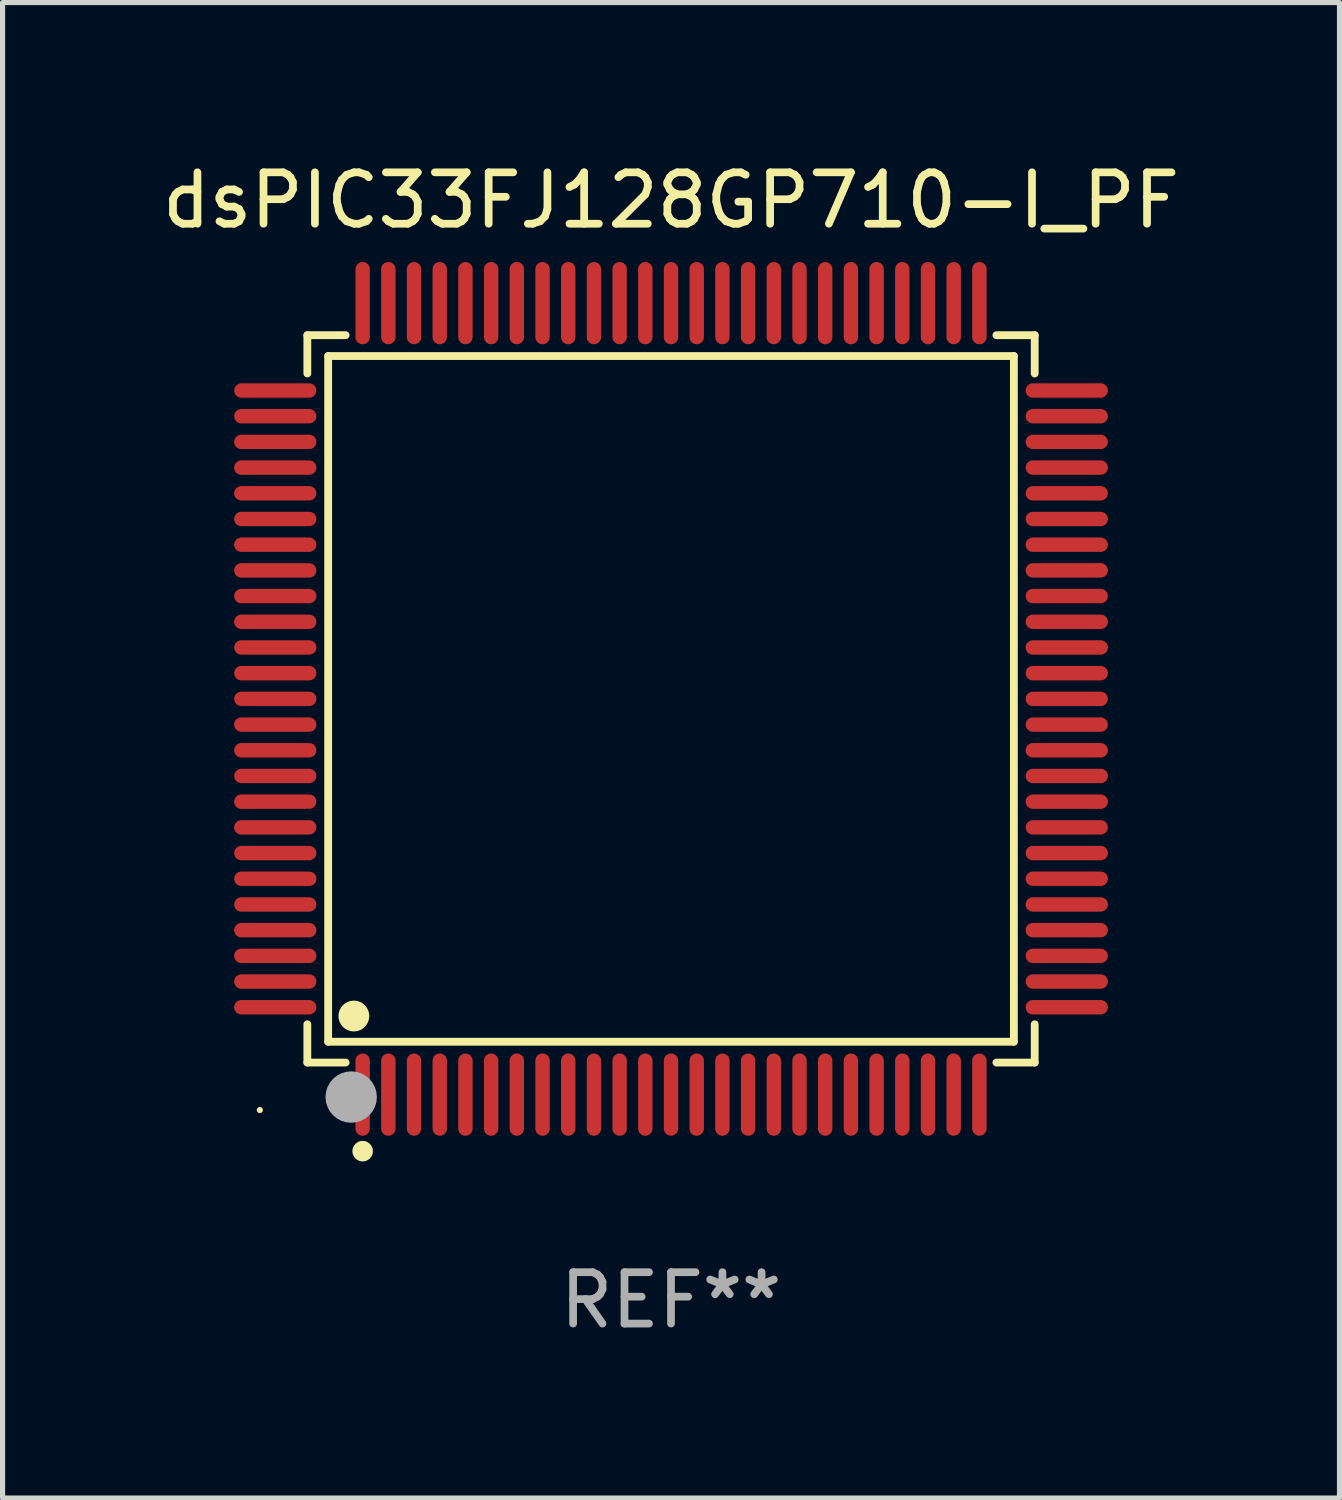
<source format=kicad_pcb>
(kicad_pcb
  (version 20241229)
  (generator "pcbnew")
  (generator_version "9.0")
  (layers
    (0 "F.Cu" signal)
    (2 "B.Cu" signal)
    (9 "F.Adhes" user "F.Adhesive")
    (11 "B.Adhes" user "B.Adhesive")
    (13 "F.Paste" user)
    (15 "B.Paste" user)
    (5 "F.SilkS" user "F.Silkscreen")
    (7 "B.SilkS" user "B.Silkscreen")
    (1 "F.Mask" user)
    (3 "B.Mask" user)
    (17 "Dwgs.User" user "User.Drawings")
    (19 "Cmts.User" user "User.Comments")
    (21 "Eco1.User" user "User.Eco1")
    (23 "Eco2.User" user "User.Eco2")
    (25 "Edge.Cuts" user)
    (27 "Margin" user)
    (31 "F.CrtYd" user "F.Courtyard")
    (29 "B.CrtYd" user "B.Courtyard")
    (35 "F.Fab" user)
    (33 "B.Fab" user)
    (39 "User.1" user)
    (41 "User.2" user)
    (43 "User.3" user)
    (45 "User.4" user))
  (footprint "dsPIC33FJ128GP710-I_PF"
    (layer "F.Cu")
    (at 10.006 10.548)
    (property "Reference" "dsPIC33FJ128GP710-I_PF" (at 0 -9.7 0) (layer "F.SilkS") (effects (font (size 1 1) (thickness 0.15))))
    (attr through_hole)
    (fp_line (start -7.076 -7.076) (end -6.331 -7.076) (stroke (width 0.152) (type solid)) (layer "F.SilkS"))
    (fp_line (start -7.076 -6.331) (end -7.076 -7.076) (stroke (width 0.152) (type solid)) (layer "F.SilkS"))
    (fp_line (start -7.076 6.331) (end -7.076 7.076) (stroke (width 0.152) (type solid)) (layer "F.SilkS"))
    (fp_line (start -7.076 7.076) (end -6.331 7.076) (stroke (width 0.152) (type solid)) (layer "F.SilkS"))
    (fp_line (start -6.671 -6.671) (end 6.671 -6.671) (stroke (width 0.152) (type solid)) (layer "F.SilkS"))
    (fp_line (start -6.671 6.671) (end -6.671 -6.671) (stroke (width 0.152) (type solid)) (layer "F.SilkS"))
    (fp_line (start 6.671 -6.671) (end 6.671 6.671) (stroke (width 0.152) (type solid)) (layer "F.SilkS"))
    (fp_line (start 6.671 6.671) (end -6.671 6.671) (stroke (width 0.152) (type solid)) (layer "F.SilkS"))
    (fp_line (start 7.076 -7.076) (end 6.331 -7.076) (stroke (width 0.152) (type solid)) (layer "F.SilkS"))
    (fp_line (start 7.076 -6.331) (end 7.076 -7.076) (stroke (width 0.152) (type solid)) (layer "F.SilkS"))
    (fp_line (start 7.076 6.331) (end 7.076 7.076) (stroke (width 0.152) (type solid)) (layer "F.SilkS"))
    (fp_line (start 7.076 7.076) (end 6.331 7.076) (stroke (width 0.152) (type solid)) (layer "F.SilkS"))
    (fp_circle (center -8 8) (end -7.97 8) (stroke (width 0.06) (type solid)) (fill no) (layer "F.SilkS"))
    (fp_circle (center -6.171 6.171) (end -6.021 6.171) (stroke (width 0.3) (type solid)) (fill no) (layer "F.SilkS"))
    (fp_circle (center -6 8.8) (end -5.9 8.8) (stroke (width 0.2) (type solid)) (fill no) (layer "F.SilkS"))
    (fp_circle (center -6.223 7.747) (end -5.973 7.747) (stroke (width 0.5) (type solid)) (fill no) (layer "F.Fab"))
    (fp_text user "REF**" (at 0 11.7 0) (layer "F.Fab") (effects (font (size 1 1) (thickness 0.15))))
    (pad "1" smd oval (at -6 7.7) (size 0.28 1.6) (layers "F.Cu" "F.Mask" "F.Paste"))
    (pad "2" smd oval (at -5.5 7.7) (size 0.28 1.6) (layers "F.Cu" "F.Mask" "F.Paste"))
    (pad "3" smd oval (at -5 7.7) (size 0.28 1.6) (layers "F.Cu" "F.Mask" "F.Paste"))
    (pad "4" smd oval (at -4.5 7.7) (size 0.28 1.6) (layers "F.Cu" "F.Mask" "F.Paste"))
    (pad "5" smd oval (at -4 7.7) (size 0.28 1.6) (layers "F.Cu" "F.Mask" "F.Paste"))
    (pad "6" smd oval (at -3.5 7.7) (size 0.28 1.6) (layers "F.Cu" "F.Mask" "F.Paste"))
    (pad "7" smd oval (at -3 7.7) (size 0.28 1.6) (layers "F.Cu" "F.Mask" "F.Paste"))
    (pad "8" smd oval (at -2.5 7.7) (size 0.28 1.6) (layers "F.Cu" "F.Mask" "F.Paste"))
    (pad "9" smd oval (at -2 7.7) (size 0.28 1.6) (layers "F.Cu" "F.Mask" "F.Paste"))
    (pad "10" smd oval (at -1.5 7.7) (size 0.28 1.6) (layers "F.Cu" "F.Mask" "F.Paste"))
    (pad "11" smd oval (at -1 7.7) (size 0.28 1.6) (layers "F.Cu" "F.Mask" "F.Paste"))
    (pad "12" smd oval (at -0.5 7.7) (size 0.28 1.6) (layers "F.Cu" "F.Mask" "F.Paste"))
    (pad "13" smd oval (at 0 7.7) (size 0.28 1.6) (layers "F.Cu" "F.Mask" "F.Paste"))
    (pad "14" smd oval (at 0.5 7.7) (size 0.28 1.6) (layers "F.Cu" "F.Mask" "F.Paste"))
    (pad "15" smd oval (at 1 7.7) (size 0.28 1.6) (layers "F.Cu" "F.Mask" "F.Paste"))
    (pad "16" smd oval (at 1.5 7.7) (size 0.28 1.6) (layers "F.Cu" "F.Mask" "F.Paste"))
    (pad "17" smd oval (at 2 7.7) (size 0.28 1.6) (layers "F.Cu" "F.Mask" "F.Paste"))
    (pad "18" smd oval (at 2.5 7.7) (size 0.28 1.6) (layers "F.Cu" "F.Mask" "F.Paste"))
    (pad "19" smd oval (at 3 7.7) (size 0.28 1.6) (layers "F.Cu" "F.Mask" "F.Paste"))
    (pad "20" smd oval (at 3.5 7.7) (size 0.28 1.6) (layers "F.Cu" "F.Mask" "F.Paste"))
    (pad "21" smd oval (at 4 7.7) (size 0.28 1.6) (layers "F.Cu" "F.Mask" "F.Paste"))
    (pad "22" smd oval (at 4.5 7.7) (size 0.28 1.6) (layers "F.Cu" "F.Mask" "F.Paste"))
    (pad "23" smd oval (at 5 7.7) (size 0.28 1.6) (layers "F.Cu" "F.Mask" "F.Paste"))
    (pad "24" smd oval (at 5.5 7.7) (size 0.28 1.6) (layers "F.Cu" "F.Mask" "F.Paste"))
    (pad "25" smd oval (at 6 7.7) (size 0.28 1.6) (layers "F.Cu" "F.Mask" "F.Paste"))
    (pad "26" smd oval (at 7.7 6) (size 1.6 0.28) (layers "F.Cu" "F.Mask" "F.Paste"))
    (pad "27" smd oval (at 7.7 5.5) (size 1.6 0.28) (layers "F.Cu" "F.Mask" "F.Paste"))
    (pad "28" smd oval (at 7.7 5) (size 1.6 0.28) (layers "F.Cu" "F.Mask" "F.Paste"))
    (pad "29" smd oval (at 7.7 4.5) (size 1.6 0.28) (layers "F.Cu" "F.Mask" "F.Paste"))
    (pad "30" smd oval (at 7.7 4) (size 1.6 0.28) (layers "F.Cu" "F.Mask" "F.Paste"))
    (pad "31" smd oval (at 7.7 3.5) (size 1.6 0.28) (layers "F.Cu" "F.Mask" "F.Paste"))
    (pad "32" smd oval (at 7.7 3) (size 1.6 0.28) (layers "F.Cu" "F.Mask" "F.Paste"))
    (pad "33" smd oval (at 7.7 2.5) (size 1.6 0.28) (layers "F.Cu" "F.Mask" "F.Paste"))
    (pad "34" smd oval (at 7.7 2) (size 1.6 0.28) (layers "F.Cu" "F.Mask" "F.Paste"))
    (pad "35" smd oval (at 7.7 1.5) (size 1.6 0.28) (layers "F.Cu" "F.Mask" "F.Paste"))
    (pad "36" smd oval (at 7.7 1) (size 1.6 0.28) (layers "F.Cu" "F.Mask" "F.Paste"))
    (pad "37" smd oval (at 7.7 0.5) (size 1.6 0.28) (layers "F.Cu" "F.Mask" "F.Paste"))
    (pad "38" smd oval (at 7.7 0) (size 1.6 0.28) (layers "F.Cu" "F.Mask" "F.Paste"))
    (pad "39" smd oval (at 7.7 -0.5) (size 1.6 0.28) (layers "F.Cu" "F.Mask" "F.Paste"))
    (pad "40" smd oval (at 7.7 -1) (size 1.6 0.28) (layers "F.Cu" "F.Mask" "F.Paste"))
    (pad "41" smd oval (at 7.7 -1.5) (size 1.6 0.28) (layers "F.Cu" "F.Mask" "F.Paste"))
    (pad "42" smd oval (at 7.7 -2) (size 1.6 0.28) (layers "F.Cu" "F.Mask" "F.Paste"))
    (pad "43" smd oval (at 7.7 -2.5) (size 1.6 0.28) (layers "F.Cu" "F.Mask" "F.Paste"))
    (pad "44" smd oval (at 7.7 -3) (size 1.6 0.28) (layers "F.Cu" "F.Mask" "F.Paste"))
    (pad "45" smd oval (at 7.7 -3.5) (size 1.6 0.28) (layers "F.Cu" "F.Mask" "F.Paste"))
    (pad "46" smd oval (at 7.7 -4) (size 1.6 0.28) (layers "F.Cu" "F.Mask" "F.Paste"))
    (pad "47" smd oval (at 7.7 -4.5) (size 1.6 0.28) (layers "F.Cu" "F.Mask" "F.Paste"))
    (pad "48" smd oval (at 7.7 -5) (size 1.6 0.28) (layers "F.Cu" "F.Mask" "F.Paste"))
    (pad "49" smd oval (at 7.7 -5.5) (size 1.6 0.28) (layers "F.Cu" "F.Mask" "F.Paste"))
    (pad "50" smd oval (at 7.7 -6) (size 1.6 0.28) (layers "F.Cu" "F.Mask" "F.Paste"))
    (pad "51" smd oval (at 6 -7.7) (size 0.28 1.6) (layers "F.Cu" "F.Mask" "F.Paste"))
    (pad "52" smd oval (at 5.5 -7.7) (size 0.28 1.6) (layers "F.Cu" "F.Mask" "F.Paste"))
    (pad "53" smd oval (at 5 -7.7) (size 0.28 1.6) (layers "F.Cu" "F.Mask" "F.Paste"))
    (pad "54" smd oval (at 4.5 -7.7) (size 0.28 1.6) (layers "F.Cu" "F.Mask" "F.Paste"))
    (pad "55" smd oval (at 4 -7.7) (size 0.28 1.6) (layers "F.Cu" "F.Mask" "F.Paste"))
    (pad "56" smd oval (at 3.5 -7.7) (size 0.28 1.6) (layers "F.Cu" "F.Mask" "F.Paste"))
    (pad "57" smd oval (at 3 -7.7) (size 0.28 1.6) (layers "F.Cu" "F.Mask" "F.Paste"))
    (pad "58" smd oval (at 2.5 -7.7) (size 0.28 1.6) (layers "F.Cu" "F.Mask" "F.Paste"))
    (pad "59" smd oval (at 2 -7.7) (size 0.28 1.6) (layers "F.Cu" "F.Mask" "F.Paste"))
    (pad "60" smd oval (at 1.5 -7.7) (size 0.28 1.6) (layers "F.Cu" "F.Mask" "F.Paste"))
    (pad "61" smd oval (at 1 -7.7) (size 0.28 1.6) (layers "F.Cu" "F.Mask" "F.Paste"))
    (pad "62" smd oval (at 0.5 -7.7) (size 0.28 1.6) (layers "F.Cu" "F.Mask" "F.Paste"))
    (pad "63" smd oval (at 0 -7.7) (size 0.28 1.6) (layers "F.Cu" "F.Mask" "F.Paste"))
    (pad "64" smd oval (at -0.5 -7.7) (size 0.28 1.6) (layers "F.Cu" "F.Mask" "F.Paste"))
    (pad "65" smd oval (at -1 -7.7) (size 0.28 1.6) (layers "F.Cu" "F.Mask" "F.Paste"))
    (pad "66" smd oval (at -1.5 -7.7) (size 0.28 1.6) (layers "F.Cu" "F.Mask" "F.Paste"))
    (pad "67" smd oval (at -2 -7.7) (size 0.28 1.6) (layers "F.Cu" "F.Mask" "F.Paste"))
    (pad "68" smd oval (at -2.5 -7.7) (size 0.28 1.6) (layers "F.Cu" "F.Mask" "F.Paste"))
    (pad "69" smd oval (at -3 -7.7) (size 0.28 1.6) (layers "F.Cu" "F.Mask" "F.Paste"))
    (pad "70" smd oval (at -3.5 -7.7) (size 0.28 1.6) (layers "F.Cu" "F.Mask" "F.Paste"))
    (pad "71" smd oval (at -4 -7.7) (size 0.28 1.6) (layers "F.Cu" "F.Mask" "F.Paste"))
    (pad "72" smd oval (at -4.5 -7.7) (size 0.28 1.6) (layers "F.Cu" "F.Mask" "F.Paste"))
    (pad "73" smd oval (at -5 -7.7) (size 0.28 1.6) (layers "F.Cu" "F.Mask" "F.Paste"))
    (pad "74" smd oval (at -5.5 -7.7) (size 0.28 1.6) (layers "F.Cu" "F.Mask" "F.Paste"))
    (pad "75" smd oval (at -6 -7.7) (size 0.28 1.6) (layers "F.Cu" "F.Mask" "F.Paste"))
    (pad "76" smd oval (at -7.7 -6) (size 1.6 0.28) (layers "F.Cu" "F.Mask" "F.Paste"))
    (pad "77" smd oval (at -7.7 -5.5) (size 1.6 0.28) (layers "F.Cu" "F.Mask" "F.Paste"))
    (pad "78" smd oval (at -7.7 -5) (size 1.6 0.28) (layers "F.Cu" "F.Mask" "F.Paste"))
    (pad "79" smd oval (at -7.7 -4.5) (size 1.6 0.28) (layers "F.Cu" "F.Mask" "F.Paste"))
    (pad "80" smd oval (at -7.7 -4) (size 1.6 0.28) (layers "F.Cu" "F.Mask" "F.Paste"))
    (pad "81" smd oval (at -7.7 -3.5) (size 1.6 0.28) (layers "F.Cu" "F.Mask" "F.Paste"))
    (pad "82" smd oval (at -7.7 -3) (size 1.6 0.28) (layers "F.Cu" "F.Mask" "F.Paste"))
    (pad "83" smd oval (at -7.7 -2.5) (size 1.6 0.28) (layers "F.Cu" "F.Mask" "F.Paste"))
    (pad "84" smd oval (at -7.7 -2) (size 1.6 0.28) (layers "F.Cu" "F.Mask" "F.Paste"))
    (pad "85" smd oval (at -7.7 -1.5) (size 1.6 0.28) (layers "F.Cu" "F.Mask" "F.Paste"))
    (pad "86" smd oval (at -7.7 -1) (size 1.6 0.28) (layers "F.Cu" "F.Mask" "F.Paste"))
    (pad "87" smd oval (at -7.7 -0.5) (size 1.6 0.28) (layers "F.Cu" "F.Mask" "F.Paste"))
    (pad "88" smd oval (at -7.7 0) (size 1.6 0.28) (layers "F.Cu" "F.Mask" "F.Paste"))
    (pad "89" smd oval (at -7.7 0.5) (size 1.6 0.28) (layers "F.Cu" "F.Mask" "F.Paste"))
    (pad "90" smd oval (at -7.7 1) (size 1.6 0.28) (layers "F.Cu" "F.Mask" "F.Paste"))
    (pad "91" smd oval (at -7.7 1.5) (size 1.6 0.28) (layers "F.Cu" "F.Mask" "F.Paste"))
    (pad "92" smd oval (at -7.7 2) (size 1.6 0.28) (layers "F.Cu" "F.Mask" "F.Paste"))
    (pad "93" smd oval (at -7.7 2.5) (size 1.6 0.28) (layers "F.Cu" "F.Mask" "F.Paste"))
    (pad "94" smd oval (at -7.7 3) (size 1.6 0.28) (layers "F.Cu" "F.Mask" "F.Paste"))
    (pad "95" smd oval (at -7.7 3.5) (size 1.6 0.28) (layers "F.Cu" "F.Mask" "F.Paste"))
    (pad "96" smd oval (at -7.7 4) (size 1.6 0.28) (layers "F.Cu" "F.Mask" "F.Paste"))
    (pad "97" smd oval (at -7.7 4.5) (size 1.6 0.28) (layers "F.Cu" "F.Mask" "F.Paste"))
    (pad "98" smd oval (at -7.7 5) (size 1.6 0.28) (layers "F.Cu" "F.Mask" "F.Paste"))
    (pad "99" smd oval (at -7.7 5.5) (size 1.6 0.28) (layers "F.Cu" "F.Mask" "F.Paste"))
    (pad "100" smd oval (at -7.7 6) (size 1.6 0.28) (layers "F.Cu" "F.Mask" "F.Paste")))
  (gr_rect
    (start -3 -3)
    (end 23.012 26.097)
    (stroke (width 0.1) (type default))
    (fill no)
    (layer "Edge.Cuts")))
</source>
